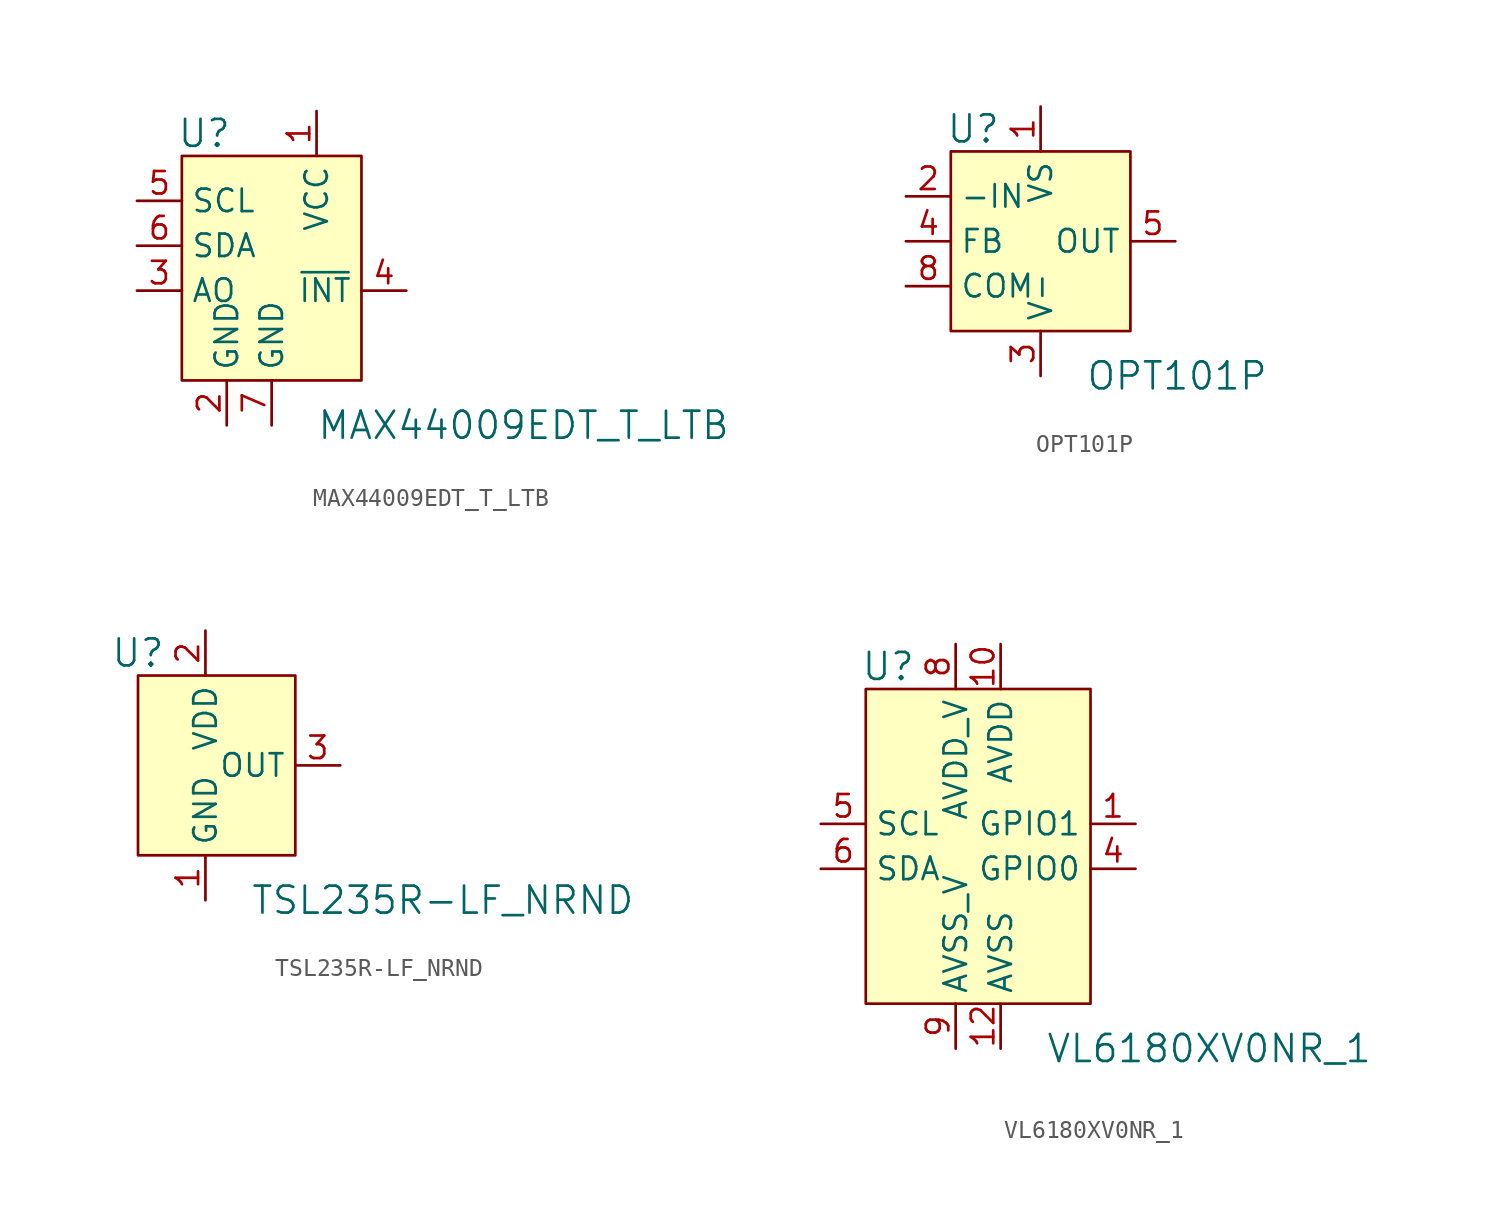
<source format=kicad_sym>
(kicad_symbol_lib
  (version 20220914)
  (generator kicad_symbol_editor)
  (symbol "MAX44009EDT_T_LTB"
    (property "Reference" "U"
      (at -3.81 8.89 0)
      (effects (font (size 1.524 1.524))))
    (property "Value" "MAX44009EDT_T_LTB"
      (at 2.54 -7.62 0)
      (effects (font (size 1.524 1.524)) (justify left)))
    (symbol "MAX44009EDT_T_LTB_1_0"
      (pin power_in line (at 0 -7.62 90) (length 2.54) (name "GND" (effects (font (size 1.27 1.27)))) (number "7" (effects (font (size 1.27 1.27))))))
    (symbol "MAX44009EDT_T_LTB_1_1"
      (rectangle (start -5.08 7.62) (end 5.08 -5.08) (stroke (width 0) (type solid)) (fill (type background)))
      (pin power_in line (at 2.54 10.16 270) (length 2.54) (name "VCC" (effects (font (size 1.27 1.27)))) (number "1" (effects (font (size 1.27 1.27)))))
      (pin power_in line (at -2.54 -7.62 90) (length 2.54) (name "GND" (effects (font (size 1.27 1.27)))) (number "2" (effects (font (size 1.27 1.27)))))
      (pin input line (at -7.62 0 0) (length 2.54) (name "AO" (effects (font (size 1.27 1.27)))) (number "3" (effects (font (size 1.27 1.27)))))
      (pin output line (at 7.62 0 180) (length 2.54) (name "~{INT}" (effects (font (size 1.27 1.27)))) (number "4" (effects (font (size 1.27 1.27)))))
      (pin input line (at -7.62 5.08 0) (length 2.54) (name "SCL" (effects (font (size 1.27 1.27)))) (number "5" (effects (font (size 1.27 1.27)))))
      (pin bidirectional line (at -7.62 2.54 0) (length 2.54) (name "SDA" (effects (font (size 1.27 1.27)))) (number "6" (effects (font (size 1.27 1.27)))))))
  (symbol "OPT101P"
    (property "Reference" "U"
      (at -3.81 6.35 0)
      (effects (font (size 1.524 1.524))))
    (property "Value" "OPT101P"
      (at 2.54 -7.62 0)
      (effects (font (size 1.524 1.524)) (justify left)))
    (symbol "OPT101P_0_1"
      (rectangle (start -5.08 5.08) (end 5.08 -5.08) (stroke (width 0) (type solid)) (fill (type background))))
    (symbol "OPT101P_1_1"
      (pin power_in line (at 0 7.62 270) (length 2.54) (name "VS" (effects (font (size 1.27 1.27)))) (number "1" (effects (font (size 1.27 1.27)))))
      (pin input line (at -7.62 2.54 0) (length 2.54) (name "-IN" (effects (font (size 1.27 1.27)))) (number "2" (effects (font (size 1.27 1.27)))))
      (pin power_in line (at 0 -7.62 90) (length 2.54) (name "V-" (effects (font (size 1.27 1.27)))) (number "3" (effects (font (size 1.27 1.27)))))
      (pin input line (at -7.62 0 0) (length 2.54) (name "FB" (effects (font (size 1.27 1.27)))) (number "4" (effects (font (size 1.27 1.27)))))
      (pin output line (at 7.62 0 180) (length 2.54) (name "OUT" (effects (font (size 1.27 1.27)))) (number "5" (effects (font (size 1.27 1.27)))))
      (pin no_connect line (at 5.08 -2.54 180) (length 2.54) hide (name "NC" (effects (font (size 1.27 1.27)))) (number "6" (effects (font (size 1.27 1.27)))))
      (pin no_connect line (at 5.08 -5.08 180) (length 2.54) hide (name "NC" (effects (font (size 1.27 1.27)))) (number "7" (effects (font (size 1.27 1.27)))))
      (pin input line (at -7.62 -2.54 0) (length 2.54) (name "COM" (effects (font (size 1.27 1.27)))) (number "8" (effects (font (size 1.27 1.27)))))))
  (symbol "TSL235R-LF_NRND"
    (property "Reference" "U"
      (at -3.81 6.35 0)
      (effects (font (size 1.524 1.524))))
    (property "Value" "TSL235R-LF_NRND"
      (at 2.54 -7.62 0)
      (effects (font (size 1.524 1.524)) (justify left)))
    (symbol "TSL235R-LF_NRND_1_1"
      (rectangle (start 5.08 5.08) (end -3.81 -5.08) (stroke (width 0) (type solid)) (fill (type background)))
      (pin power_in line (at 0 -7.62 90) (length 2.54) (name "GND" (effects (font (size 1.27 1.27)))) (number "1" (effects (font (size 1.27 1.27)))))
      (pin power_in line (at 0 7.62 270) (length 2.54) (name "VDD" (effects (font (size 1.27 1.27)))) (number "2" (effects (font (size 1.27 1.27)))))
      (pin output line (at 7.62 0 180) (length 2.54) (name "OUT" (effects (font (size 1.27 1.27)))) (number "3" (effects (font (size 1.27 1.27)))))))
  (symbol "VL6180XV0NR_1"
    (property "Reference" "U"
      (at -6.35 11.43 0)
      (effects (font (size 1.524 1.524))))
    (property "Value" "VL6180XV0NR_1"
      (at 2.54 -10.16 0)
      (effects (font (size 1.524 1.524)) (justify left)))
    (symbol "VL6180XV0NR_1_0_1"
      (rectangle (start -7.62 10.16) (end 5.08 -7.62) (stroke (width 0) (type solid)) (fill (type background))))
    (symbol "VL6180XV0NR_1_1_1"
      (pin bidirectional line (at 7.62 2.54 180) (length 2.54) (name "GPIO1" (effects (font (size 1.27 1.27)))) (number "1" (effects (font (size 1.27 1.27)))))
      (pin power_in line (at 0 12.7 270) (length 2.54) (name "AVDD" (effects (font (size 1.27 1.27)))) (number "10" (effects (font (size 1.27 1.27)))))
      (pin no_connect line (at 5.08 -2.54 180) (length 2.54) hide (name "NC" (effects (font (size 1.27 1.27)))) (number "11" (effects (font (size 1.27 1.27)))))
      (pin power_in line (at 0 -10.16 90) (length 2.54) (name "AVSS" (effects (font (size 1.27 1.27)))) (number "12" (effects (font (size 1.27 1.27)))))
      (pin no_connect line (at -7.62 -2.54 0) (length 2.54) hide (name "NC" (effects (font (size 1.27 1.27)))) (number "2" (effects (font (size 1.27 1.27)))))
      (pin no_connect line (at -7.62 -5.08 0) (length 2.54) hide (name "NC" (effects (font (size 1.27 1.27)))) (number "3" (effects (font (size 1.27 1.27)))))
      (pin bidirectional line (at 7.62 0 180) (length 2.54) (name "GPIO0" (effects (font (size 1.27 1.27)))) (number "4" (effects (font (size 1.27 1.27)))))
      (pin input line (at -10.16 2.54 0) (length 2.54) (name "SCL" (effects (font (size 1.27 1.27)))) (number "5" (effects (font (size 1.27 1.27)))))
      (pin bidirectional line (at -10.16 0 0) (length 2.54) (name "SDA" (effects (font (size 1.27 1.27)))) (number "6" (effects (font (size 1.27 1.27)))))
      (pin no_connect line (at 5.08 -5.08 180) (length 2.54) hide (name "NC" (effects (font (size 1.27 1.27)))) (number "7" (effects (font (size 1.27 1.27)))))
      (pin power_in line (at -2.54 12.7 270) (length 2.54) (name "AVDD_V" (effects (font (size 1.27 1.27)))) (number "8" (effects (font (size 1.27 1.27)))))
      (pin power_in line (at -2.54 -10.16 90) (length 2.54) (name "AVSS_V" (effects (font (size 1.27 1.27)))) (number "9" (effects (font (size 1.27 1.27))))))))
</source>
